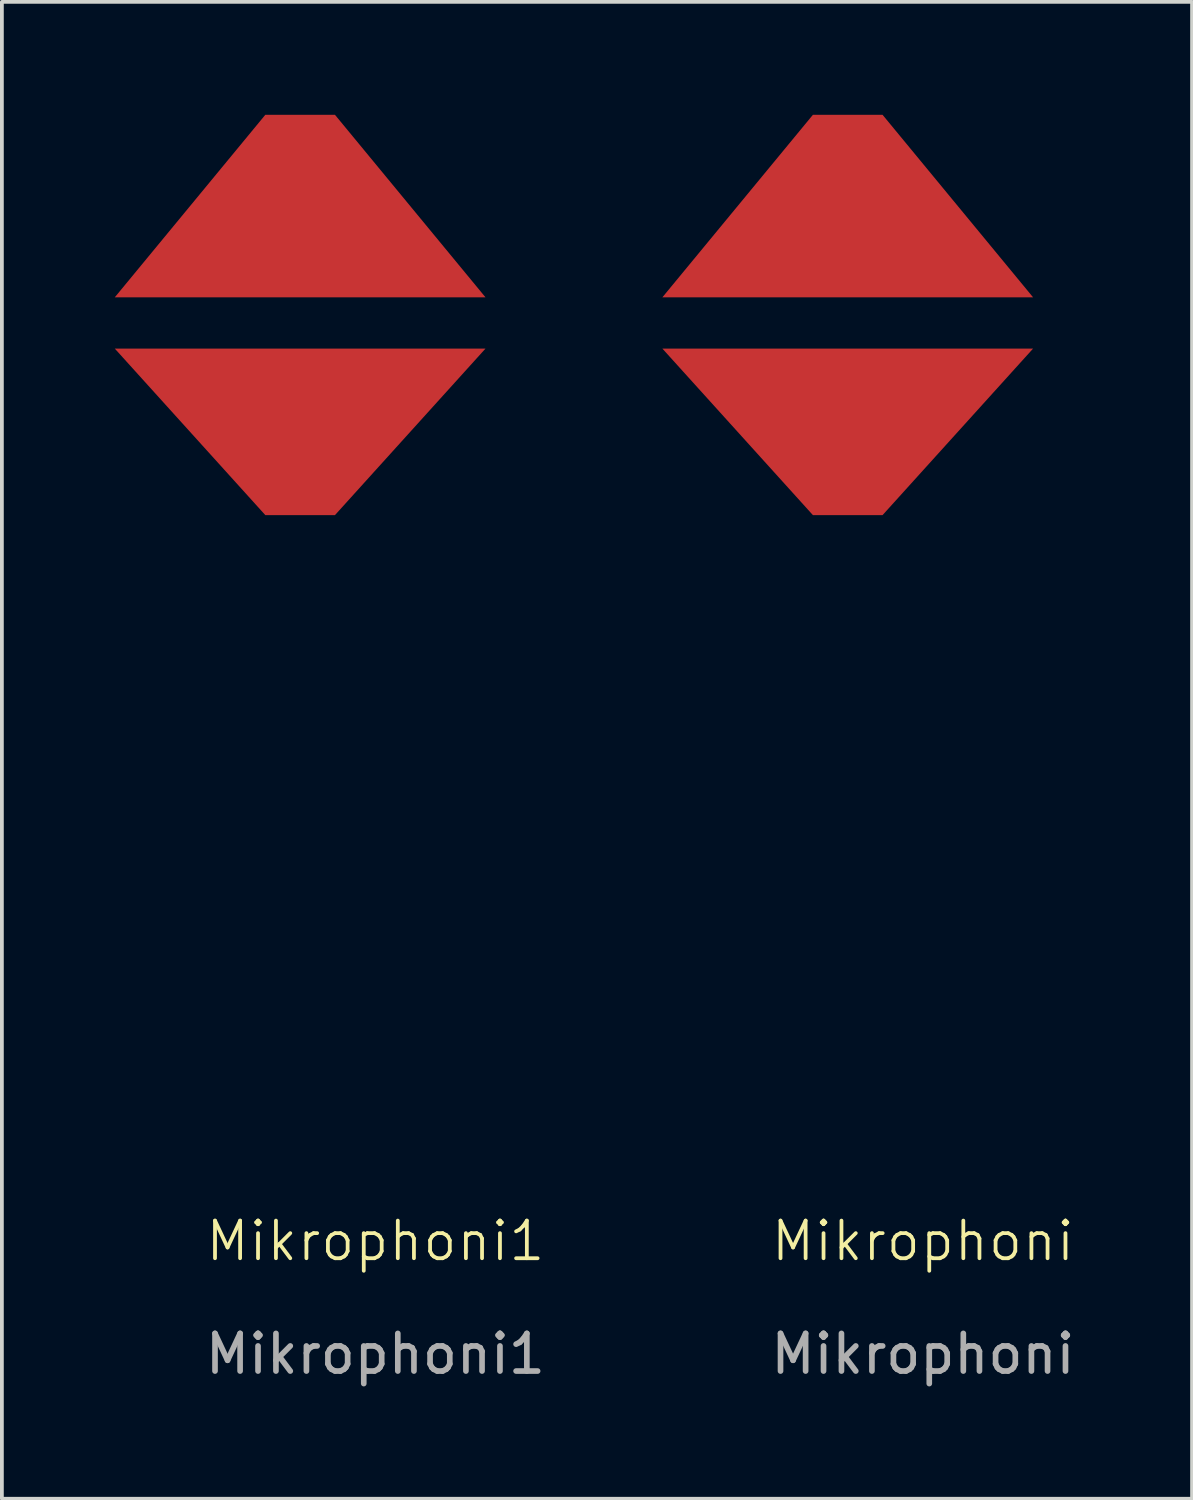
<source format=kicad_pcb>
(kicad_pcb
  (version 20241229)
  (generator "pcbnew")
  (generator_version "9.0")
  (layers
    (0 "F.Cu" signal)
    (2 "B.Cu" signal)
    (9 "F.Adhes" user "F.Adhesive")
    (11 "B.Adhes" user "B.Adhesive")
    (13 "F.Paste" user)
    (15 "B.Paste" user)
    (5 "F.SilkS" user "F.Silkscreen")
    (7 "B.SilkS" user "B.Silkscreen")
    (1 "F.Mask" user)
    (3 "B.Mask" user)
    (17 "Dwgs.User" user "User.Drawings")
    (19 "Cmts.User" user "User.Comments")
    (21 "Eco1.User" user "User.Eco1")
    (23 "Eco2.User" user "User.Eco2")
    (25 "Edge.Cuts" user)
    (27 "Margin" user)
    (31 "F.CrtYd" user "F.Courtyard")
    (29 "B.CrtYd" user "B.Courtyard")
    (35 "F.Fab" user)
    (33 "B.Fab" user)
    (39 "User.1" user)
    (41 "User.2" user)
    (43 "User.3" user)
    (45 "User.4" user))
  (footprint "Mikrophoni"
    (layer "F.Cu")
    (at 21.475 30.425)
    (property "Reference" "Mikrophoni" (at 0 -0.5 0) (unlocked yes) (layer "F.SilkS") (effects (font (size 1 1) (thickness 0.1))))
    (attr smd)
    (fp_text user "${REFERENCE}" (at 0 2.5 0) (unlocked yes) (layer "F.Fab") (effects (font (size 1 1) (thickness 0.15))))
    (pad "1" smd trapezoid (at -2 -28) (size 5.85 4.85) (rect_delta 0 4) (layers "F.Cu" "F.Mask" "F.Paste"))
    (pad "2" smd trapezoid (at -2 -22 180) (size 5.85 4.425) (rect_delta 0 4) (layers "F.Cu" "F.Mask" "F.Paste")))
  (footprint "Mikrophoni1"
    (layer "F.Cu")
    (at 6.925 30.425)
    (property "Reference" "Mikrophoni1" (at 0 -0.5 0) (unlocked yes) (layer "F.SilkS") (effects (font (size 1 1) (thickness 0.1))))
    (attr smd)
    (fp_text user "${REFERENCE}" (at 0 2.5 0) (unlocked yes) (layer "F.Fab") (effects (font (size 1 1) (thickness 0.15))))
    (pad "1" smd trapezoid (at -2 -28) (size 5.85 4.85) (rect_delta 0 4) (layers "F.Cu" "F.Mask" "F.Paste"))
    (pad "2" smd trapezoid (at -2 -22 180) (size 5.85 4.425) (rect_delta 0 4) (layers "F.Cu" "F.Mask" "F.Paste")))
  (gr_rect
    (start -3 -3)
    (end 28.624 36.773)
    (stroke (width 0.1) (type default))
    (fill no)
    (layer "Edge.Cuts")))
</source>
